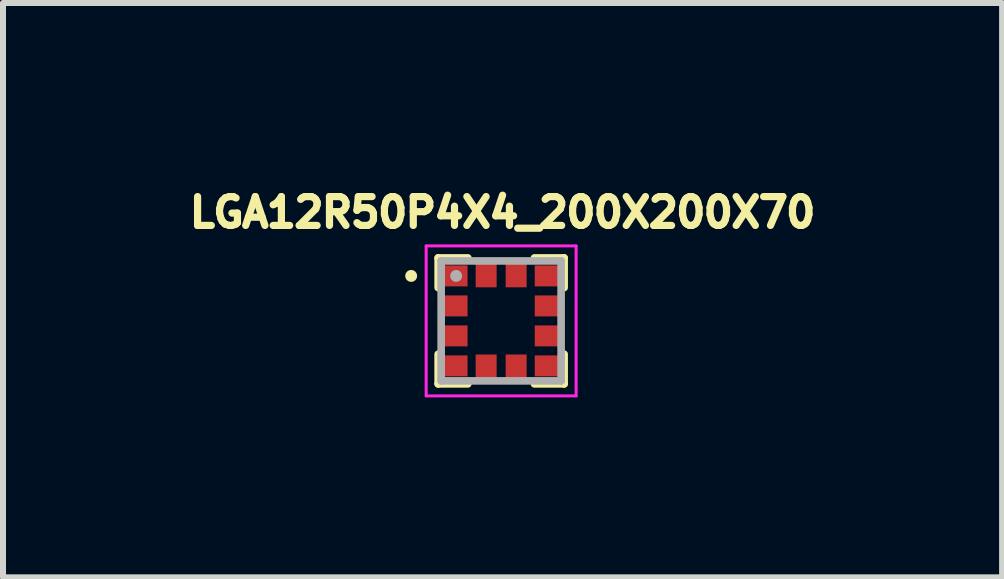
<source format=kicad_pcb>
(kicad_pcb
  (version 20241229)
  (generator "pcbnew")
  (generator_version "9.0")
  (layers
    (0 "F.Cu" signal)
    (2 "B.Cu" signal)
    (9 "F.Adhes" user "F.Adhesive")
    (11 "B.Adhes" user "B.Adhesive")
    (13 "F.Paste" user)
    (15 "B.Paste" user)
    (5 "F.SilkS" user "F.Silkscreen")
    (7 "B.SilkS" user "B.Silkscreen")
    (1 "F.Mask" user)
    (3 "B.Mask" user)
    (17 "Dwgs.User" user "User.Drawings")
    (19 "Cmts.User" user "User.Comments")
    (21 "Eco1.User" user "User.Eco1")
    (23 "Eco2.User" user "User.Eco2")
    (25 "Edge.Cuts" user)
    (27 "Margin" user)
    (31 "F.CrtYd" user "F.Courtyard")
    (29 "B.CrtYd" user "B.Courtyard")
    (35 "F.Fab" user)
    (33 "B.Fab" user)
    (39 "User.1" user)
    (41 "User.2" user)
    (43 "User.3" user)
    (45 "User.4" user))
  (footprint "LGA12R50P4X4_200X200X70"
    (layer "F.Cu")
    (at 5.305 2.3)
    (property "Reference" "LGA12R50P4X4_200X200X70" (at 0.024 -1.808 0) (layer "F.SilkS") (effects (font (size 0.481 0.481) (thickness 0.15))))
    (attr through_hole)
    (fp_line (start -1.05 -1.05) (end -0.555 -1.05) (stroke (width 0.127) (type solid)) (layer "F.SilkS"))
    (fp_line (start -1.05 -0.555) (end -1.05 -1.05) (stroke (width 0.127) (type solid)) (layer "F.SilkS"))
    (fp_line (start -1.05 0.555) (end -1.05 1.05) (stroke (width 0.127) (type solid)) (layer "F.SilkS"))
    (fp_line (start -1.05 1.05) (end -0.555 1.05) (stroke (width 0.127) (type solid)) (layer "F.SilkS"))
    (fp_line (start 0.555 -1.05) (end 1.05 -1.05) (stroke (width 0.127) (type solid)) (layer "F.SilkS"))
    (fp_line (start 0.555 1.05) (end 1.05 1.05) (stroke (width 0.127) (type solid)) (layer "F.SilkS"))
    (fp_line (start 1.05 -1.05) (end 1.05 -0.555) (stroke (width 0.127) (type solid)) (layer "F.SilkS"))
    (fp_line (start 1.05 1.05) (end 1.05 0.555) (stroke (width 0.127) (type solid)) (layer "F.SilkS"))
    (fp_circle (center -1.5 -0.75) (end -1.45 -0.75) (stroke (width 0.1) (type solid)) (fill no) (layer "F.SilkS"))
    (fp_line (start -1.25 -1.25) (end 1.25 -1.25) (stroke (width 0.05) (type solid)) (layer "F.CrtYd"))
    (fp_line (start -1.25 1.25) (end -1.25 -1.25) (stroke (width 0.05) (type solid)) (layer "F.CrtYd"))
    (fp_line (start 1.25 -1.25) (end 1.25 1.25) (stroke (width 0.05) (type solid)) (layer "F.CrtYd"))
    (fp_line (start 1.25 1.25) (end -1.25 1.25) (stroke (width 0.05) (type solid)) (layer "F.CrtYd"))
    (fp_line (start -1 -1) (end 1 -1) (stroke (width 0.127) (type solid)) (layer "F.Fab"))
    (fp_line (start -1 1) (end -1 -1) (stroke (width 0.127) (type solid)) (layer "F.Fab"))
    (fp_line (start 1 -1) (end 1 1) (stroke (width 0.127) (type solid)) (layer "F.Fab"))
    (fp_line (start 1 1) (end -1 1) (stroke (width 0.127) (type solid)) (layer "F.Fab"))
    (fp_circle (center -0.75 -0.75) (end -0.7 -0.75) (stroke (width 0.1) (type solid)) (fill no) (layer "F.Fab"))
    (pad "1" smd rect (at -0.76 -0.75) (size 0.4 0.35) (layers "F.Cu" "F.Mask" "F.Paste"))
    (pad "2" smd rect (at -0.76 -0.25) (size 0.4 0.35) (layers "F.Cu" "F.Mask" "F.Paste"))
    (pad "3" smd rect (at -0.76 0.25) (size 0.4 0.35) (layers "F.Cu" "F.Mask" "F.Paste"))
    (pad "4" smd rect (at -0.76 0.75) (size 0.4 0.35) (layers "F.Cu" "F.Mask" "F.Paste"))
    (pad "5" smd rect (at -0.25 0.76) (size 0.35 0.4) (layers "F.Cu" "F.Mask" "F.Paste"))
    (pad "6" smd rect (at 0.25 0.76) (size 0.35 0.4) (layers "F.Cu" "F.Mask" "F.Paste"))
    (pad "7" smd rect (at 0.76 0.75) (size 0.4 0.35) (layers "F.Cu" "F.Mask" "F.Paste"))
    (pad "8" smd rect (at 0.76 0.25) (size 0.4 0.35) (layers "F.Cu" "F.Mask" "F.Paste"))
    (pad "9" smd rect (at 0.76 -0.25) (size 0.4 0.35) (layers "F.Cu" "F.Mask" "F.Paste"))
    (pad "10" smd rect (at 0.76 -0.75) (size 0.4 0.35) (layers "F.Cu" "F.Mask" "F.Paste"))
    (pad "11" smd rect (at 0.25 -0.76) (size 0.35 0.4) (layers "F.Cu" "F.Mask" "F.Paste"))
    (pad "12" smd rect (at -0.25 -0.76) (size 0.35 0.4) (layers "F.Cu" "F.Mask" "F.Paste")))
  (gr_rect
    (start -3 -3)
    (end 13.657 6.575)
    (stroke (width 0.1) (type default))
    (fill no)
    (layer "Edge.Cuts")))
</source>
